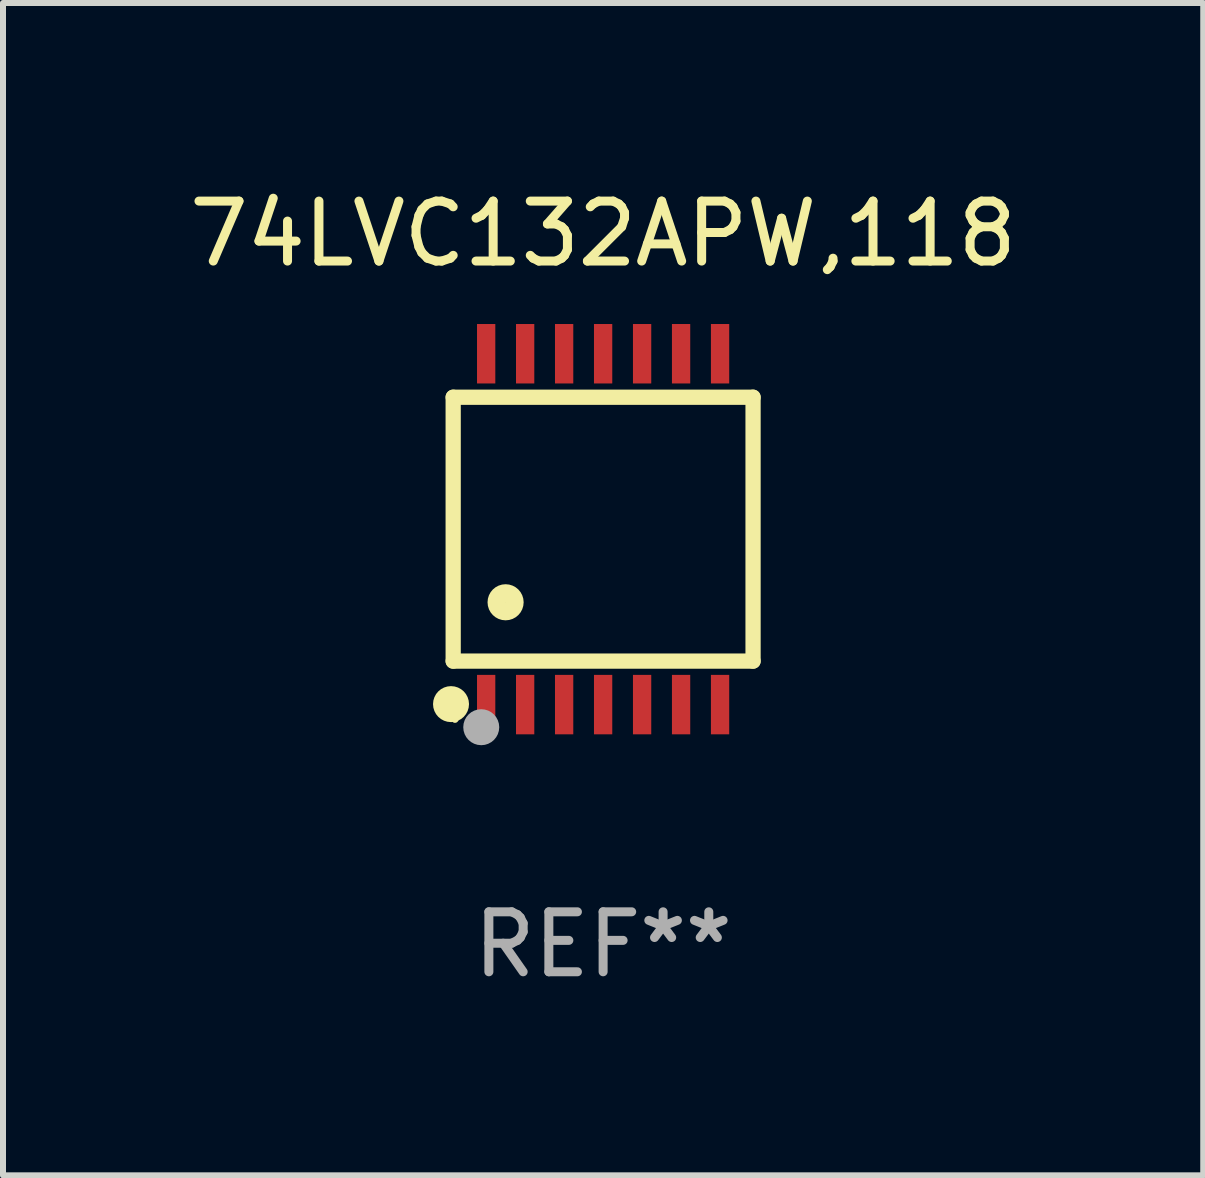
<source format=kicad_pcb>
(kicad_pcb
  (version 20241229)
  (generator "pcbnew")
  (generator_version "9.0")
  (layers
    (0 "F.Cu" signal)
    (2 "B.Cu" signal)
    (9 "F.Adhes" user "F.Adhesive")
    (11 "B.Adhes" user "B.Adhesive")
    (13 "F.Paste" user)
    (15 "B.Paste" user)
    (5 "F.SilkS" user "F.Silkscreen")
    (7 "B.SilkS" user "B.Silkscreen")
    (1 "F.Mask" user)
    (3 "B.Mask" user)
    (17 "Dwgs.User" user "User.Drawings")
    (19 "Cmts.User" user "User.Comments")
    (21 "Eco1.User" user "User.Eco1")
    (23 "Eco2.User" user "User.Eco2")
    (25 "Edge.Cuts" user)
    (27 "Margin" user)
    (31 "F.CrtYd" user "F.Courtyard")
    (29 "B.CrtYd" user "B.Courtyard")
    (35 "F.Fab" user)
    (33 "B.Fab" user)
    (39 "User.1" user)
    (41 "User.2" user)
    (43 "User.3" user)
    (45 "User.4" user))
  (footprint "74LVC132APW,118"
    (layer "F.Cu")
    (at 7.006 5.773)
    (property "Reference" "74LVC132APW,118" (at 0 -4.925 0) (layer "F.SilkS") (effects (font (size 1 1) (thickness 0.15))))
    (attr through_hole)
    (fp_line (start -2.5 2.2) (end -2.5 -2.2) (stroke (width 0.254) (type solid)) (layer "F.SilkS"))
    (fp_line (start -2.5 2.2) (end 2.5 2.2) (stroke (width 0.254) (type solid)) (layer "F.SilkS"))
    (fp_line (start 2.5 -2.2) (end -2.5 -2.2) (stroke (width 0.254) (type solid)) (layer "F.SilkS"))
    (fp_line (start 2.5 -2.2) (end 2.5 2.2) (stroke (width 0.254) (type solid)) (layer "F.SilkS"))
    (fp_circle (center -2.536 2.917) (end -2.386 2.917) (stroke (width 0.3) (type solid)) (fill no) (layer "F.SilkS"))
    (fp_circle (center -2.47 3.17) (end -2.44 3.17) (stroke (width 0.06) (type solid)) (fill no) (layer "F.SilkS"))
    (fp_circle (center -1.626 1.219) (end -1.475 1.219) (stroke (width 0.3) (type solid)) (fill no) (layer "F.SilkS"))
    (fp_circle (center -2.032 3.302) (end -1.882 3.302) (stroke (width 0.3) (type solid)) (fill no) (layer "F.Fab"))
    (fp_text user "REF**" (at 0 6.925 0) (layer "F.Fab") (effects (font (size 1 1) (thickness 0.15))))
    (pad "1" smd rect (at -1.95 2.925) (size 0.305 0.991) (layers "F.Cu" "F.Mask" "F.Paste"))
    (pad "2" smd rect (at -1.3 2.925) (size 0.305 0.991) (layers "F.Cu" "F.Mask" "F.Paste"))
    (pad "3" smd rect (at -0.65 2.925) (size 0.305 0.991) (layers "F.Cu" "F.Mask" "F.Paste"))
    (pad "4" smd rect (at 0 2.925) (size 0.305 0.991) (layers "F.Cu" "F.Mask" "F.Paste"))
    (pad "5" smd rect (at 0.65 2.925) (size 0.305 0.991) (layers "F.Cu" "F.Mask" "F.Paste"))
    (pad "6" smd rect (at 1.3 2.925) (size 0.305 0.991) (layers "F.Cu" "F.Mask" "F.Paste"))
    (pad "7" smd rect (at 1.95 2.925) (size 0.305 0.991) (layers "F.Cu" "F.Mask" "F.Paste"))
    (pad "8" smd rect (at 1.95 -2.925) (size 0.305 0.991) (layers "F.Cu" "F.Mask" "F.Paste"))
    (pad "9" smd rect (at 1.3 -2.925) (size 0.305 0.991) (layers "F.Cu" "F.Mask" "F.Paste"))
    (pad "10" smd rect (at 0.65 -2.925) (size 0.305 0.991) (layers "F.Cu" "F.Mask" "F.Paste"))
    (pad "11" smd rect (at 0 -2.925) (size 0.305 0.991) (layers "F.Cu" "F.Mask" "F.Paste"))
    (pad "12" smd rect (at -0.65 -2.925) (size 0.305 0.991) (layers "F.Cu" "F.Mask" "F.Paste"))
    (pad "13" smd rect (at -1.3 -2.925) (size 0.305 0.991) (layers "F.Cu" "F.Mask" "F.Paste"))
    (pad "14" smd rect (at -1.95 -2.925) (size 0.305 0.991) (layers "F.Cu" "F.Mask" "F.Paste")))
  (gr_rect
    (start -3 -3)
    (end 17.012 16.547)
    (stroke (width 0.1) (type default))
    (fill no)
    (layer "Edge.Cuts")))
</source>
